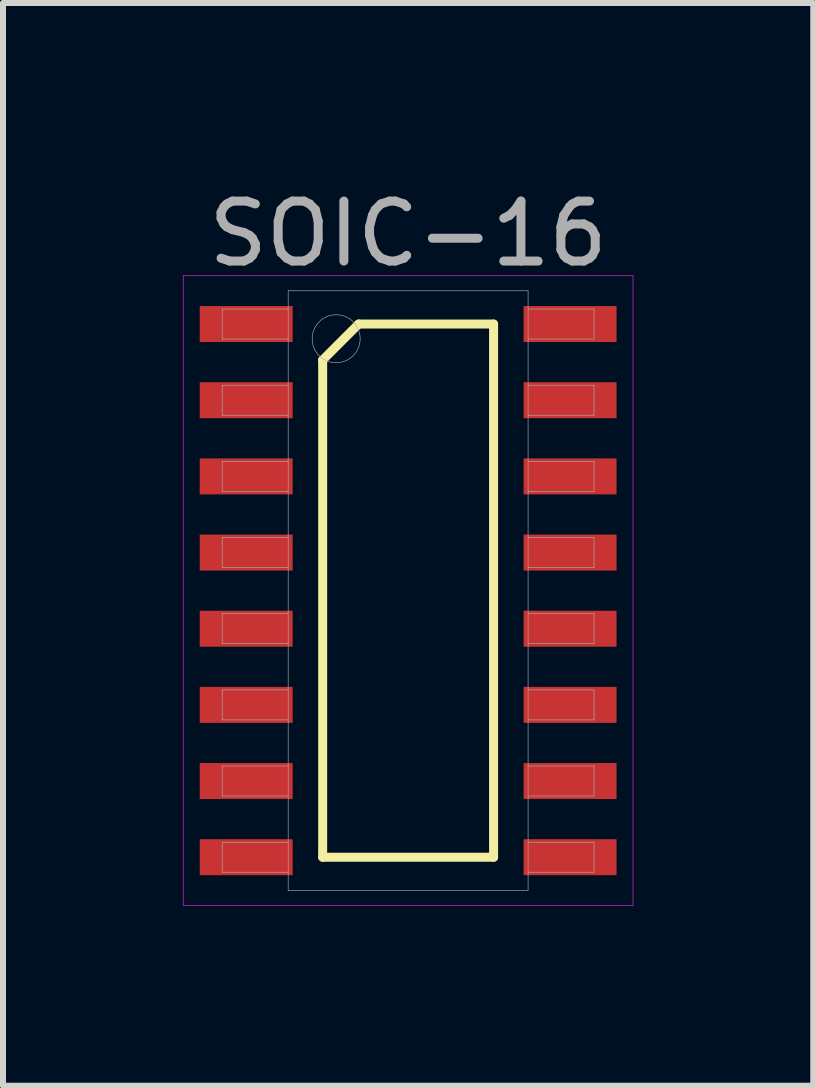
<source format=kicad_pcb>
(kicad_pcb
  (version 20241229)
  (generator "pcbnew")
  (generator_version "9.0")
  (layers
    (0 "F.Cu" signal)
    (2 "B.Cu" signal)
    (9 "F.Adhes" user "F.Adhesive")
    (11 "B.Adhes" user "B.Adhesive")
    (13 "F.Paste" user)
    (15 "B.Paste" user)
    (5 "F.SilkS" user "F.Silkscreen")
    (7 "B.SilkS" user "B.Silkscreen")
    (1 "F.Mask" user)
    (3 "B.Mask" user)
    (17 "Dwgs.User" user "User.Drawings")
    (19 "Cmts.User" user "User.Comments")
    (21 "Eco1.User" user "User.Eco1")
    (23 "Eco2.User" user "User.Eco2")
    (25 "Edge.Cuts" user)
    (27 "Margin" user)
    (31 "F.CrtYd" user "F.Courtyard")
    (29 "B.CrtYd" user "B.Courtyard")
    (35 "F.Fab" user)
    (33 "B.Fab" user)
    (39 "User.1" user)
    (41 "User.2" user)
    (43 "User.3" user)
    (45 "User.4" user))
  (footprint "SOIC-16"
    (layer "F.Cu")
    (at 3.755 6.798)
    (property "Reference" "SOIC-16" (at 0 -5.95 0) (layer "F.Fab") (effects (font (size 1 1) (thickness 0.15))))
    (attr through_hole)
    (fp_line (start -1.425 -3.845) (end -0.825 -4.445) (stroke (width 0.15) (type solid)) (layer "F.SilkS"))
    (fp_line (start -1.425 4.445) (end -1.425 -3.845) (stroke (width 0.15) (type solid)) (layer "F.SilkS"))
    (fp_line (start -0.825 -4.445) (end 1.425 -4.445) (stroke (width 0.15) (type solid)) (layer "F.SilkS"))
    (fp_line (start 1.425 -4.445) (end 1.425 4.445) (stroke (width 0.15) (type solid)) (layer "F.SilkS"))
    (fp_line (start 1.425 4.445) (end -1.425 4.445) (stroke (width 0.15) (type solid)) (layer "F.SilkS"))
    (fp_line (start -3.75 -5.25) (end 3.75 -5.25) (stroke (width 0.01) (type solid)) (layer "F.CrtYd"))
    (fp_line (start -3.75 5.25) (end -3.75 -5.25) (stroke (width 0.01) (type solid)) (layer "F.CrtYd"))
    (fp_line (start 3.75 -5.25) (end 3.75 5.25) (stroke (width 0.01) (type solid)) (layer "F.CrtYd"))
    (fp_line (start 3.75 5.25) (end -3.75 5.25) (stroke (width 0.01) (type solid)) (layer "F.CrtYd"))
    (fp_line (start -3.1 -4.695) (end -2 -4.695) (stroke (width 0.01) (type solid)) (layer "F.Fab"))
    (fp_line (start -3.1 -4.195) (end -3.1 -4.695) (stroke (width 0.01) (type solid)) (layer "F.Fab"))
    (fp_line (start -3.1 -3.425) (end -2 -3.425) (stroke (width 0.01) (type solid)) (layer "F.Fab"))
    (fp_line (start -3.1 -2.925) (end -3.1 -3.425) (stroke (width 0.01) (type solid)) (layer "F.Fab"))
    (fp_line (start -3.1 -2.155) (end -2 -2.155) (stroke (width 0.01) (type solid)) (layer "F.Fab"))
    (fp_line (start -3.1 -1.655) (end -3.1 -2.155) (stroke (width 0.01) (type solid)) (layer "F.Fab"))
    (fp_line (start -3.1 -0.885) (end -2 -0.885) (stroke (width 0.01) (type solid)) (layer "F.Fab"))
    (fp_line (start -3.1 -0.385) (end -3.1 -0.885) (stroke (width 0.01) (type solid)) (layer "F.Fab"))
    (fp_line (start -3.1 0.385) (end -2 0.385) (stroke (width 0.01) (type solid)) (layer "F.Fab"))
    (fp_line (start -3.1 0.885) (end -3.1 0.385) (stroke (width 0.01) (type solid)) (layer "F.Fab"))
    (fp_line (start -3.1 1.655) (end -2 1.655) (stroke (width 0.01) (type solid)) (layer "F.Fab"))
    (fp_line (start -3.1 2.155) (end -3.1 1.655) (stroke (width 0.01) (type solid)) (layer "F.Fab"))
    (fp_line (start -3.1 2.925) (end -2 2.925) (stroke (width 0.01) (type solid)) (layer "F.Fab"))
    (fp_line (start -3.1 3.425) (end -3.1 2.925) (stroke (width 0.01) (type solid)) (layer "F.Fab"))
    (fp_line (start -3.1 4.195) (end -2 4.195) (stroke (width 0.01) (type solid)) (layer "F.Fab"))
    (fp_line (start -3.1 4.695) (end -3.1 4.195) (stroke (width 0.01) (type solid)) (layer "F.Fab"))
    (fp_line (start -2 -5) (end 2 -5) (stroke (width 0.01) (type solid)) (layer "F.Fab"))
    (fp_line (start -2 -4.195) (end -3.1 -4.195) (stroke (width 0.01) (type solid)) (layer "F.Fab"))
    (fp_line (start -2 -2.925) (end -3.1 -2.925) (stroke (width 0.01) (type solid)) (layer "F.Fab"))
    (fp_line (start -2 -1.655) (end -3.1 -1.655) (stroke (width 0.01) (type solid)) (layer "F.Fab"))
    (fp_line (start -2 -0.385) (end -3.1 -0.385) (stroke (width 0.01) (type solid)) (layer "F.Fab"))
    (fp_line (start -2 0.885) (end -3.1 0.885) (stroke (width 0.01) (type solid)) (layer "F.Fab"))
    (fp_line (start -2 2.155) (end -3.1 2.155) (stroke (width 0.01) (type solid)) (layer "F.Fab"))
    (fp_line (start -2 3.425) (end -3.1 3.425) (stroke (width 0.01) (type solid)) (layer "F.Fab"))
    (fp_line (start -2 4.695) (end -3.1 4.695) (stroke (width 0.01) (type solid)) (layer "F.Fab"))
    (fp_line (start -2 5) (end -2 -5) (stroke (width 0.01) (type solid)) (layer "F.Fab"))
    (fp_line (start 2 -5) (end 2 5) (stroke (width 0.01) (type solid)) (layer "F.Fab"))
    (fp_line (start 2 -4.695) (end 3.1 -4.695) (stroke (width 0.01) (type solid)) (layer "F.Fab"))
    (fp_line (start 2 -3.425) (end 3.1 -3.425) (stroke (width 0.01) (type solid)) (layer "F.Fab"))
    (fp_line (start 2 -2.155) (end 3.1 -2.155) (stroke (width 0.01) (type solid)) (layer "F.Fab"))
    (fp_line (start 2 -0.885) (end 3.1 -0.885) (stroke (width 0.01) (type solid)) (layer "F.Fab"))
    (fp_line (start 2 0.385) (end 3.1 0.385) (stroke (width 0.01) (type solid)) (layer "F.Fab"))
    (fp_line (start 2 1.655) (end 3.1 1.655) (stroke (width 0.01) (type solid)) (layer "F.Fab"))
    (fp_line (start 2 2.925) (end 3.1 2.925) (stroke (width 0.01) (type solid)) (layer "F.Fab"))
    (fp_line (start 2 4.195) (end 3.1 4.195) (stroke (width 0.01) (type solid)) (layer "F.Fab"))
    (fp_line (start 2 5) (end -2 5) (stroke (width 0.01) (type solid)) (layer "F.Fab"))
    (fp_line (start 3.1 -4.695) (end 3.1 -4.195) (stroke (width 0.01) (type solid)) (layer "F.Fab"))
    (fp_line (start 3.1 -4.195) (end 2 -4.195) (stroke (width 0.01) (type solid)) (layer "F.Fab"))
    (fp_line (start 3.1 -3.425) (end 3.1 -2.925) (stroke (width 0.01) (type solid)) (layer "F.Fab"))
    (fp_line (start 3.1 -2.925) (end 2 -2.925) (stroke (width 0.01) (type solid)) (layer "F.Fab"))
    (fp_line (start 3.1 -2.155) (end 3.1 -1.655) (stroke (width 0.01) (type solid)) (layer "F.Fab"))
    (fp_line (start 3.1 -1.655) (end 2 -1.655) (stroke (width 0.01) (type solid)) (layer "F.Fab"))
    (fp_line (start 3.1 -0.885) (end 3.1 -0.385) (stroke (width 0.01) (type solid)) (layer "F.Fab"))
    (fp_line (start 3.1 -0.385) (end 2 -0.385) (stroke (width 0.01) (type solid)) (layer "F.Fab"))
    (fp_line (start 3.1 0.385) (end 3.1 0.885) (stroke (width 0.01) (type solid)) (layer "F.Fab"))
    (fp_line (start 3.1 0.885) (end 2 0.885) (stroke (width 0.01) (type solid)) (layer "F.Fab"))
    (fp_line (start 3.1 1.655) (end 3.1 2.155) (stroke (width 0.01) (type solid)) (layer "F.Fab"))
    (fp_line (start 3.1 2.155) (end 2 2.155) (stroke (width 0.01) (type solid)) (layer "F.Fab"))
    (fp_line (start 3.1 2.925) (end 3.1 3.425) (stroke (width 0.01) (type solid)) (layer "F.Fab"))
    (fp_line (start 3.1 3.425) (end 2 3.425) (stroke (width 0.01) (type solid)) (layer "F.Fab"))
    (fp_line (start 3.1 4.195) (end 3.1 4.695) (stroke (width 0.01) (type solid)) (layer "F.Fab"))
    (fp_line (start 3.1 4.695) (end 2 4.695) (stroke (width 0.01) (type solid)) (layer "F.Fab"))
    (fp_circle (center -1.2 -4.2) (end -1.2 -3.8) (stroke (width 0.01) (type solid)) (fill no) (layer "F.Fab"))
    (pad "1" smd rect (at -2.7 -4.445) (size 1.55 0.6) (layers "F.Cu" "F.Mask" "F.Paste"))
    (pad "2" smd rect (at -2.7 -3.175) (size 1.55 0.6) (layers "F.Cu" "F.Mask" "F.Paste"))
    (pad "3" smd rect (at -2.7 -1.905) (size 1.55 0.6) (layers "F.Cu" "F.Mask" "F.Paste"))
    (pad "4" smd rect (at -2.7 -0.635) (size 1.55 0.6) (layers "F.Cu" "F.Mask" "F.Paste"))
    (pad "5" smd rect (at -2.7 0.635) (size 1.55 0.6) (layers "F.Cu" "F.Mask" "F.Paste"))
    (pad "6" smd rect (at -2.7 1.905) (size 1.55 0.6) (layers "F.Cu" "F.Mask" "F.Paste"))
    (pad "7" smd rect (at -2.7 3.175) (size 1.55 0.6) (layers "F.Cu" "F.Mask" "F.Paste"))
    (pad "8" smd rect (at -2.7 4.445) (size 1.55 0.6) (layers "F.Cu" "F.Mask" "F.Paste"))
    (pad "9" smd rect (at 2.7 4.445) (size 1.55 0.6) (layers "F.Cu" "F.Mask" "F.Paste"))
    (pad "10" smd rect (at 2.7 3.175) (size 1.55 0.6) (layers "F.Cu" "F.Mask" "F.Paste"))
    (pad "11" smd rect (at 2.7 1.905) (size 1.55 0.6) (layers "F.Cu" "F.Mask" "F.Paste"))
    (pad "12" smd rect (at 2.7 0.635) (size 1.55 0.6) (layers "F.Cu" "F.Mask" "F.Paste"))
    (pad "13" smd rect (at 2.7 -0.635) (size 1.55 0.6) (layers "F.Cu" "F.Mask" "F.Paste"))
    (pad "14" smd rect (at 2.7 -1.905) (size 1.55 0.6) (layers "F.Cu" "F.Mask" "F.Paste"))
    (pad "15" smd rect (at 2.7 -3.175) (size 1.55 0.6) (layers "F.Cu" "F.Mask" "F.Paste"))
    (pad "16" smd rect (at 2.7 -4.445) (size 1.55 0.6) (layers "F.Cu" "F.Mask" "F.Paste")))
  (gr_rect
    (start -3 -3)
    (end 10.51 15.053)
    (stroke (width 0.1) (type default))
    (fill no)
    (layer "Edge.Cuts")))
</source>
